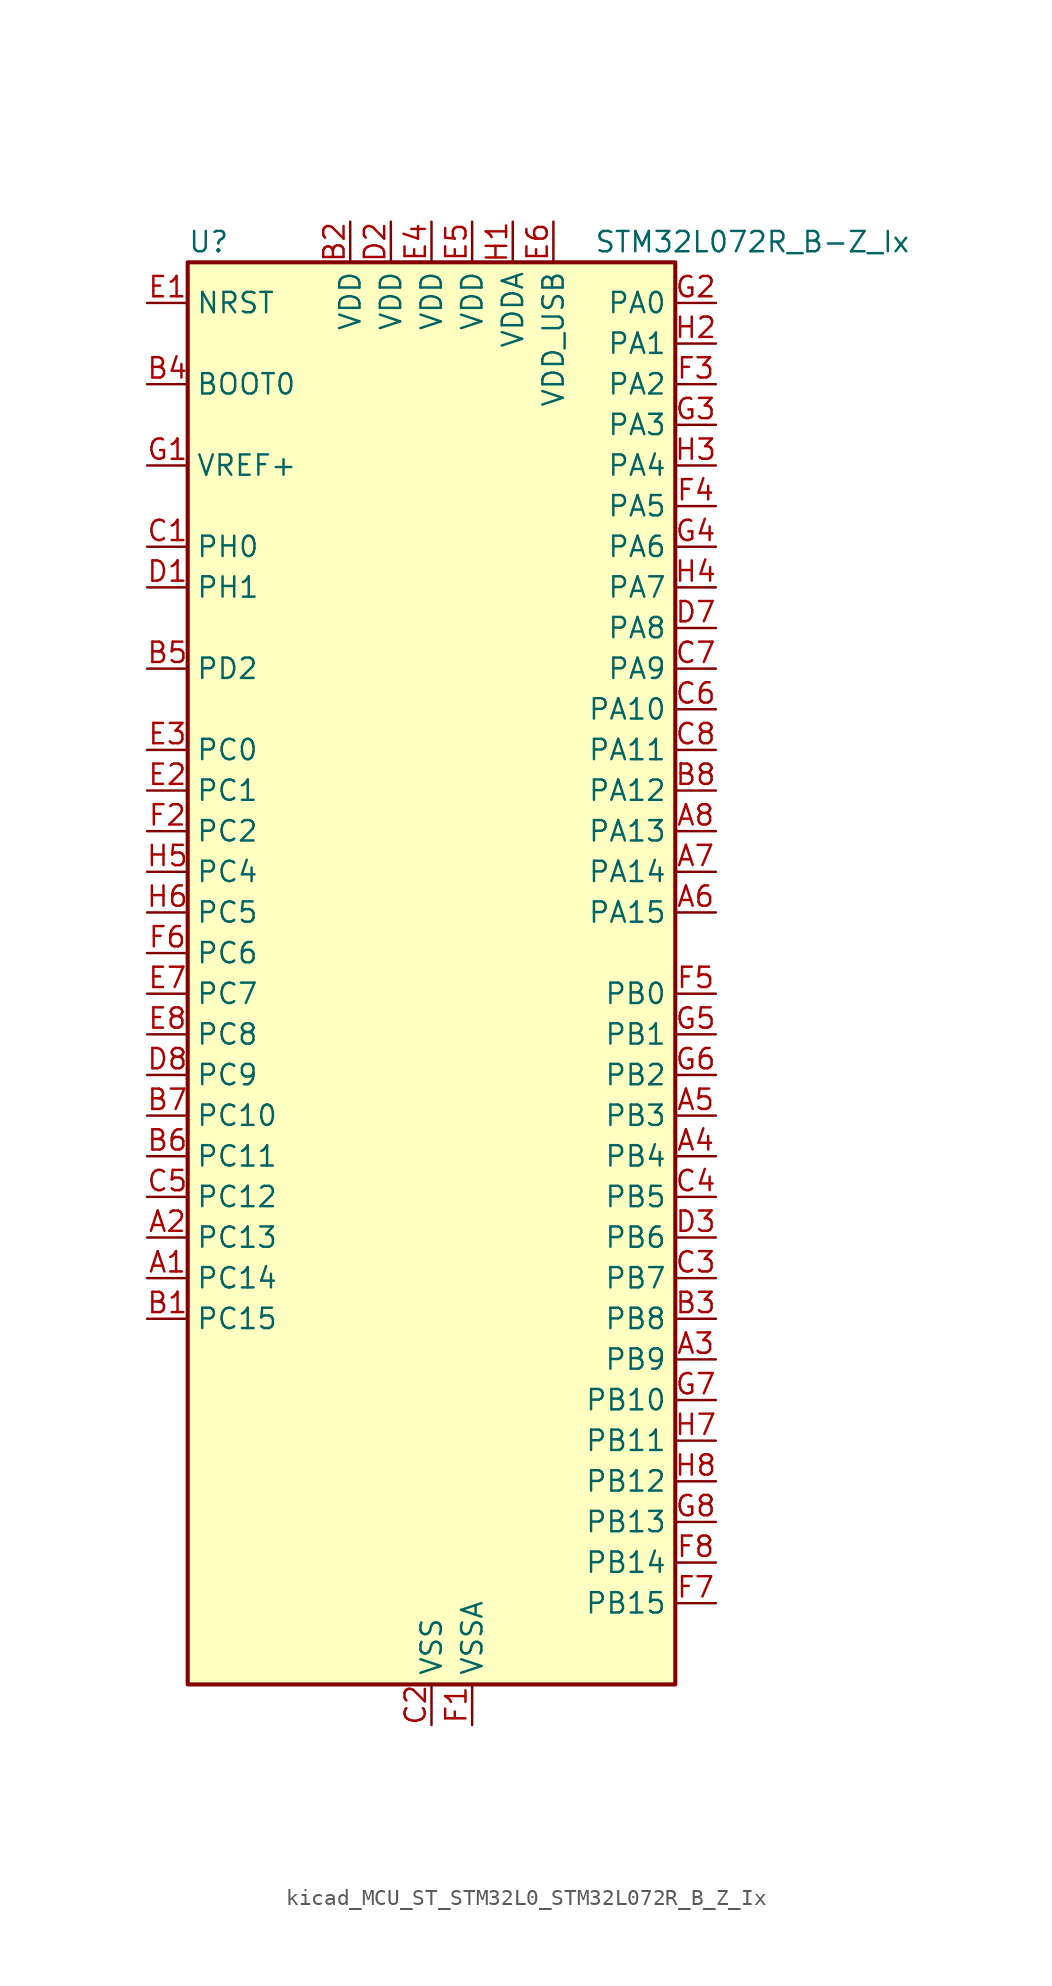
<source format=kicad_sym>
(kicad_symbol_lib
  (version 20220914)
  (generator kicad_symbol_editor)
  (symbol "kicad_MCU_ST_STM32L0_STM32L072R_B_Z_Ix"
    (property "Reference" "U"
      (at -15.24 46.99 0)
      (effects (font (size 1.27 1.27)) (justify left)))
    (property "Value" "STM32L072R_B-Z_Ix"
      (at 10.16 46.99 0)
      (effects (font (size 1.27 1.27)) (justify left)))
    (property "ki_locked" ""
      (at 0 0 0)
      (effects (font (size 1.27 1.27))))
    (symbol "kicad_MCU_ST_STM32L0_STM32L072R_B_Z_Ix_0_1"
      (rectangle (start -15.24 -43.18) (end 15.24 45.72) (stroke (width 0.254) (type default)) (fill (type background))))
    (symbol "kicad_MCU_ST_STM32L0_STM32L072R_B_Z_Ix_1_1"
      (pin bidirectional line (at -17.78 -17.78 0) (length 2.54) (name "PC14" (effects (font (size 1.27 1.27)))) (number "A1" (effects (font (size 1.27 1.27)))) (alternate "RCC_OSC32_IN" bidirectional line))
      (pin bidirectional line (at -17.78 -15.24 0) (length 2.54) (name "PC13" (effects (font (size 1.27 1.27)))) (number "A2" (effects (font (size 1.27 1.27)))) (alternate "RTC_OUT_ALARM" bidirectional line) (alternate "RTC_OUT_CALIB" bidirectional line) (alternate "RTC_TAMP1" bidirectional line) (alternate "RTC_TS" bidirectional line) (alternate "SYS_WKUP2" bidirectional line))
      (pin bidirectional line (at 17.78 -22.86 180) (length 2.54) (name "PB9" (effects (font (size 1.27 1.27)))) (number "A3" (effects (font (size 1.27 1.27)))) (alternate "DAC_EXTI9" bidirectional line) (alternate "I2C1_SDA" bidirectional line) (alternate "I2S2_WS" bidirectional line) (alternate "SPI2_NSS" bidirectional line))
      (pin bidirectional line (at 17.78 -10.16 180) (length 2.54) (name "PB4" (effects (font (size 1.27 1.27)))) (number "A4" (effects (font (size 1.27 1.27)))) (alternate "COMP2_INP" bidirectional line) (alternate "I2C3_SDA" bidirectional line) (alternate "SPI1_MISO" bidirectional line) (alternate "TIM22_CH1" bidirectional line) (alternate "TIM3_CH1" bidirectional line) (alternate "TSC_G5_IO2" bidirectional line) (alternate "USART1_CTS" bidirectional line) (alternate "USART5_RX" bidirectional line))
      (pin bidirectional line (at 17.78 -7.62 180) (length 2.54) (name "PB3" (effects (font (size 1.27 1.27)))) (number "A5" (effects (font (size 1.27 1.27)))) (alternate "COMP2_INM" bidirectional line) (alternate "SPI1_SCK" bidirectional line) (alternate "TIM2_CH2" bidirectional line) (alternate "TSC_G5_IO1" bidirectional line) (alternate "USART1_DE" bidirectional line) (alternate "USART1_RTS" bidirectional line) (alternate "USART5_TX" bidirectional line))
      (pin bidirectional line (at 17.78 5.08 180) (length 2.54) (name "PA15" (effects (font (size 1.27 1.27)))) (number "A6" (effects (font (size 1.27 1.27)))) (alternate "SPI1_NSS" bidirectional line) (alternate "TIM2_CH1" bidirectional line) (alternate "TIM2_ETR" bidirectional line) (alternate "USART2_RX" bidirectional line) (alternate "USART4_DE" bidirectional line) (alternate "USART4_RTS" bidirectional line))
      (pin bidirectional line (at 17.78 7.62 180) (length 2.54) (name "PA14" (effects (font (size 1.27 1.27)))) (number "A7" (effects (font (size 1.27 1.27)))) (alternate "LPUART1_TX" bidirectional line) (alternate "SYS_SWCLK" bidirectional line) (alternate "USART2_TX" bidirectional line))
      (pin bidirectional line (at 17.78 10.16 180) (length 2.54) (name "PA13" (effects (font (size 1.27 1.27)))) (number "A8" (effects (font (size 1.27 1.27)))) (alternate "LPUART1_RX" bidirectional line) (alternate "SYS_SWDIO" bidirectional line) (alternate "USB_NOE" bidirectional line))
      (pin bidirectional line (at -17.78 -20.32 0) (length 2.54) (name "PC15" (effects (font (size 1.27 1.27)))) (number "B1" (effects (font (size 1.27 1.27)))) (alternate "RCC_OSC32_OUT" bidirectional line))
      (pin power_in line (at -5.08 48.26 270) (length 2.54) (name "VDD" (effects (font (size 1.27 1.27)))) (number "B2" (effects (font (size 1.27 1.27)))))
      (pin bidirectional line (at 17.78 -20.32 180) (length 2.54) (name "PB8" (effects (font (size 1.27 1.27)))) (number "B3" (effects (font (size 1.27 1.27)))) (alternate "I2C1_SCL" bidirectional line) (alternate "TSC_SYNC" bidirectional line))
      (pin input line (at -17.78 38.1 0) (length 2.54) (name "BOOT0" (effects (font (size 1.27 1.27)))) (number "B4" (effects (font (size 1.27 1.27)))))
      (pin bidirectional line (at -17.78 20.32 0) (length 2.54) (name "PD2" (effects (font (size 1.27 1.27)))) (number "B5" (effects (font (size 1.27 1.27)))) (alternate "LPUART1_DE" bidirectional line) (alternate "LPUART1_RTS" bidirectional line) (alternate "TIM3_ETR" bidirectional line) (alternate "USART5_RX" bidirectional line))
      (pin bidirectional line (at -17.78 -10.16 0) (length 2.54) (name "PC11" (effects (font (size 1.27 1.27)))) (number "B6" (effects (font (size 1.27 1.27)))) (alternate "ADC_EXTI11" bidirectional line) (alternate "LPUART1_RX" bidirectional line) (alternate "USART4_RX" bidirectional line))
      (pin bidirectional line (at -17.78 -7.62 0) (length 2.54) (name "PC10" (effects (font (size 1.27 1.27)))) (number "B7" (effects (font (size 1.27 1.27)))) (alternate "LPUART1_TX" bidirectional line) (alternate "USART4_TX" bidirectional line))
      (pin bidirectional line (at 17.78 12.7 180) (length 2.54) (name "PA12" (effects (font (size 1.27 1.27)))) (number "B8" (effects (font (size 1.27 1.27)))) (alternate "COMP2_OUT" bidirectional line) (alternate "SPI1_MOSI" bidirectional line) (alternate "TSC_G4_IO4" bidirectional line) (alternate "USART1_DE" bidirectional line) (alternate "USART1_RTS" bidirectional line) (alternate "USB_DP" bidirectional line))
      (pin bidirectional line (at -17.78 27.94 0) (length 2.54) (name "PH0" (effects (font (size 1.27 1.27)))) (number "C1" (effects (font (size 1.27 1.27)))) (alternate "CRS_SYNC" bidirectional line) (alternate "RCC_OSC_IN" bidirectional line))
      (pin power_in line (at 0 -45.72 90) (length 2.54) (name "VSS" (effects (font (size 1.27 1.27)))) (number "C2" (effects (font (size 1.27 1.27)))))
      (pin bidirectional line (at 17.78 -17.78 180) (length 2.54) (name "PB7" (effects (font (size 1.27 1.27)))) (number "C3" (effects (font (size 1.27 1.27)))) (alternate "COMP2_INP" bidirectional line) (alternate "I2C1_SDA" bidirectional line) (alternate "LPTIM1_IN2" bidirectional line) (alternate "SYS_PVD_IN" bidirectional line) (alternate "TSC_G5_IO4" bidirectional line) (alternate "USART1_RX" bidirectional line) (alternate "USART4_CTS" bidirectional line))
      (pin bidirectional line (at 17.78 -12.7 180) (length 2.54) (name "PB5" (effects (font (size 1.27 1.27)))) (number "C4" (effects (font (size 1.27 1.27)))) (alternate "COMP2_INP" bidirectional line) (alternate "I2C1_SMBA" bidirectional line) (alternate "LPTIM1_IN1" bidirectional line) (alternate "SPI1_MOSI" bidirectional line) (alternate "TIM22_CH2" bidirectional line) (alternate "TIM3_CH2" bidirectional line) (alternate "USART1_CK" bidirectional line) (alternate "USART5_CK" bidirectional line) (alternate "USART5_DE" bidirectional line) (alternate "USART5_RTS" bidirectional line))
      (pin bidirectional line (at -17.78 -12.7 0) (length 2.54) (name "PC12" (effects (font (size 1.27 1.27)))) (number "C5" (effects (font (size 1.27 1.27)))) (alternate "USART4_CK" bidirectional line) (alternate "USART5_TX" bidirectional line))
      (pin bidirectional line (at 17.78 17.78 180) (length 2.54) (name "PA10" (effects (font (size 1.27 1.27)))) (number "C6" (effects (font (size 1.27 1.27)))) (alternate "I2C1_SDA" bidirectional line) (alternate "TSC_G4_IO2" bidirectional line) (alternate "USART1_RX" bidirectional line))
      (pin bidirectional line (at 17.78 20.32 180) (length 2.54) (name "PA9" (effects (font (size 1.27 1.27)))) (number "C7" (effects (font (size 1.27 1.27)))) (alternate "DAC_EXTI9" bidirectional line) (alternate "I2C1_SCL" bidirectional line) (alternate "I2C3_SMBA" bidirectional line) (alternate "RCC_MCO" bidirectional line) (alternate "TSC_G4_IO1" bidirectional line) (alternate "USART1_TX" bidirectional line))
      (pin bidirectional line (at 17.78 15.24 180) (length 2.54) (name "PA11" (effects (font (size 1.27 1.27)))) (number "C8" (effects (font (size 1.27 1.27)))) (alternate "ADC_EXTI11" bidirectional line) (alternate "COMP1_OUT" bidirectional line) (alternate "SPI1_MISO" bidirectional line) (alternate "TSC_G4_IO3" bidirectional line) (alternate "USART1_CTS" bidirectional line) (alternate "USB_DM" bidirectional line))
      (pin bidirectional line (at -17.78 25.4 0) (length 2.54) (name "PH1" (effects (font (size 1.27 1.27)))) (number "D1" (effects (font (size 1.27 1.27)))) (alternate "RCC_OSC_OUT" bidirectional line))
      (pin power_in line (at -2.54 48.26 270) (length 2.54) (name "VDD" (effects (font (size 1.27 1.27)))) (number "D2" (effects (font (size 1.27 1.27)))))
      (pin bidirectional line (at 17.78 -15.24 180) (length 2.54) (name "PB6" (effects (font (size 1.27 1.27)))) (number "D3" (effects (font (size 1.27 1.27)))) (alternate "COMP2_INP" bidirectional line) (alternate "I2C1_SCL" bidirectional line) (alternate "LPTIM1_ETR" bidirectional line) (alternate "TSC_G5_IO3" bidirectional line) (alternate "USART1_TX" bidirectional line))
      (pin passive line (at 0 -45.72 90) (length 2.54) hide (name "VSS" (effects (font (size 1.27 1.27)))) (number "D4" (effects (font (size 1.27 1.27)))))
      (pin passive line (at 0 -45.72 90) (length 2.54) hide (name "VSS" (effects (font (size 1.27 1.27)))) (number "D5" (effects (font (size 1.27 1.27)))))
      (pin passive line (at 0 -45.72 90) (length 2.54) hide (name "VSS" (effects (font (size 1.27 1.27)))) (number "D6" (effects (font (size 1.27 1.27)))))
      (pin bidirectional line (at 17.78 22.86 180) (length 2.54) (name "PA8" (effects (font (size 1.27 1.27)))) (number "D7" (effects (font (size 1.27 1.27)))) (alternate "CRS_SYNC" bidirectional line) (alternate "I2C3_SCL" bidirectional line) (alternate "RCC_MCO" bidirectional line) (alternate "USART1_CK" bidirectional line))
      (pin bidirectional line (at -17.78 -5.08 0) (length 2.54) (name "PC9" (effects (font (size 1.27 1.27)))) (number "D8" (effects (font (size 1.27 1.27)))) (alternate "DAC_EXTI9" bidirectional line) (alternate "I2C3_SDA" bidirectional line) (alternate "TIM21_ETR" bidirectional line) (alternate "TIM3_CH4" bidirectional line) (alternate "TSC_G8_IO4" bidirectional line) (alternate "USB_NOE" bidirectional line))
      (pin input line (at -17.78 43.18 0) (length 2.54) (name "NRST" (effects (font (size 1.27 1.27)))) (number "E1" (effects (font (size 1.27 1.27)))))
      (pin bidirectional line (at -17.78 12.7 0) (length 2.54) (name "PC1" (effects (font (size 1.27 1.27)))) (number "E2" (effects (font (size 1.27 1.27)))) (alternate "ADC_IN11" bidirectional line) (alternate "I2C3_SDA" bidirectional line) (alternate "LPTIM1_OUT" bidirectional line) (alternate "LPUART1_TX" bidirectional line) (alternate "TSC_G7_IO2" bidirectional line))
      (pin bidirectional line (at -17.78 15.24 0) (length 2.54) (name "PC0" (effects (font (size 1.27 1.27)))) (number "E3" (effects (font (size 1.27 1.27)))) (alternate "ADC_IN10" bidirectional line) (alternate "I2C3_SCL" bidirectional line) (alternate "LPTIM1_IN1" bidirectional line) (alternate "LPUART1_RX" bidirectional line) (alternate "TSC_G7_IO1" bidirectional line))
      (pin power_in line (at 0 48.26 270) (length 2.54) (name "VDD" (effects (font (size 1.27 1.27)))) (number "E4" (effects (font (size 1.27 1.27)))))
      (pin power_in line (at 2.54 48.26 270) (length 2.54) (name "VDD" (effects (font (size 1.27 1.27)))) (number "E5" (effects (font (size 1.27 1.27)))))
      (pin power_in line (at 7.62 48.26 270) (length 2.54) (name "VDD_USB" (effects (font (size 1.27 1.27)))) (number "E6" (effects (font (size 1.27 1.27)))))
      (pin bidirectional line (at -17.78 0 0) (length 2.54) (name "PC7" (effects (font (size 1.27 1.27)))) (number "E7" (effects (font (size 1.27 1.27)))) (alternate "TIM22_CH2" bidirectional line) (alternate "TIM3_CH2" bidirectional line) (alternate "TSC_G8_IO2" bidirectional line))
      (pin bidirectional line (at -17.78 -2.54 0) (length 2.54) (name "PC8" (effects (font (size 1.27 1.27)))) (number "E8" (effects (font (size 1.27 1.27)))) (alternate "TIM22_ETR" bidirectional line) (alternate "TIM3_CH3" bidirectional line) (alternate "TSC_G8_IO3" bidirectional line))
      (pin power_in line (at 2.54 -45.72 90) (length 2.54) (name "VSSA" (effects (font (size 1.27 1.27)))) (number "F1" (effects (font (size 1.27 1.27)))))
      (pin bidirectional line (at -17.78 10.16 0) (length 2.54) (name "PC2" (effects (font (size 1.27 1.27)))) (number "F2" (effects (font (size 1.27 1.27)))) (alternate "ADC_IN12" bidirectional line) (alternate "I2S2_MCK" bidirectional line) (alternate "LPTIM1_IN2" bidirectional line) (alternate "SPI2_MISO" bidirectional line) (alternate "TSC_G7_IO3" bidirectional line))
      (pin bidirectional line (at 17.78 38.1 180) (length 2.54) (name "PA2" (effects (font (size 1.27 1.27)))) (number "F3" (effects (font (size 1.27 1.27)))) (alternate "ADC_IN2" bidirectional line) (alternate "COMP2_INM" bidirectional line) (alternate "COMP2_OUT" bidirectional line) (alternate "LPUART1_TX" bidirectional line) (alternate "TIM21_CH1" bidirectional line) (alternate "TIM2_CH3" bidirectional line) (alternate "TSC_G1_IO3" bidirectional line) (alternate "USART2_TX" bidirectional line))
      (pin bidirectional line (at 17.78 30.48 180) (length 2.54) (name "PA5" (effects (font (size 1.27 1.27)))) (number "F4" (effects (font (size 1.27 1.27)))) (alternate "ADC_IN5" bidirectional line) (alternate "COMP1_INM" bidirectional line) (alternate "COMP2_INM" bidirectional line) (alternate "DAC_OUT2" bidirectional line) (alternate "SPI1_SCK" bidirectional line) (alternate "TIM2_CH1" bidirectional line) (alternate "TIM2_ETR" bidirectional line) (alternate "TSC_G2_IO2" bidirectional line))
      (pin bidirectional line (at 17.78 0 180) (length 2.54) (name "PB0" (effects (font (size 1.27 1.27)))) (number "F5" (effects (font (size 1.27 1.27)))) (alternate "ADC_IN8" bidirectional line) (alternate "SYS_VREF_OUT_PB0" bidirectional line) (alternate "TIM3_CH3" bidirectional line) (alternate "TSC_G3_IO2" bidirectional line))
      (pin bidirectional line (at -17.78 2.54 0) (length 2.54) (name "PC6" (effects (font (size 1.27 1.27)))) (number "F6" (effects (font (size 1.27 1.27)))) (alternate "TIM22_CH1" bidirectional line) (alternate "TIM3_CH1" bidirectional line) (alternate "TSC_G8_IO1" bidirectional line))
      (pin bidirectional line (at 17.78 -38.1 180) (length 2.54) (name "PB15" (effects (font (size 1.27 1.27)))) (number "F7" (effects (font (size 1.27 1.27)))) (alternate "I2S2_SD" bidirectional line) (alternate "RTC_REFIN" bidirectional line) (alternate "SPI2_MOSI" bidirectional line))
      (pin bidirectional line (at 17.78 -35.56 180) (length 2.54) (name "PB14" (effects (font (size 1.27 1.27)))) (number "F8" (effects (font (size 1.27 1.27)))) (alternate "I2C2_SDA" bidirectional line) (alternate "I2S2_MCK" bidirectional line) (alternate "LPUART1_DE" bidirectional line) (alternate "LPUART1_RTS" bidirectional line) (alternate "RTC_OUT_ALARM" bidirectional line) (alternate "RTC_OUT_CALIB" bidirectional line) (alternate "SPI2_MISO" bidirectional line) (alternate "TIM21_CH2" bidirectional line) (alternate "TSC_G6_IO4" bidirectional line))
      (pin input line (at -17.78 33.02 0) (length 2.54) (name "VREF+" (effects (font (size 1.27 1.27)))) (number "G1" (effects (font (size 1.27 1.27)))))
      (pin bidirectional line (at 17.78 43.18 180) (length 2.54) (name "PA0" (effects (font (size 1.27 1.27)))) (number "G2" (effects (font (size 1.27 1.27)))) (alternate "ADC_IN0" bidirectional line) (alternate "COMP1_INM" bidirectional line) (alternate "COMP1_OUT" bidirectional line) (alternate "RTC_TAMP2" bidirectional line) (alternate "SYS_WKUP1" bidirectional line) (alternate "TIM2_CH1" bidirectional line) (alternate "TIM2_ETR" bidirectional line) (alternate "TSC_G1_IO1" bidirectional line) (alternate "USART2_CTS" bidirectional line) (alternate "USART4_TX" bidirectional line))
      (pin bidirectional line (at 17.78 35.56 180) (length 2.54) (name "PA3" (effects (font (size 1.27 1.27)))) (number "G3" (effects (font (size 1.27 1.27)))) (alternate "ADC_IN3" bidirectional line) (alternate "COMP2_INP" bidirectional line) (alternate "LPUART1_RX" bidirectional line) (alternate "TIM21_CH2" bidirectional line) (alternate "TIM2_CH4" bidirectional line) (alternate "TSC_G1_IO4" bidirectional line) (alternate "USART2_RX" bidirectional line))
      (pin bidirectional line (at 17.78 27.94 180) (length 2.54) (name "PA6" (effects (font (size 1.27 1.27)))) (number "G4" (effects (font (size 1.27 1.27)))) (alternate "ADC_IN6" bidirectional line) (alternate "COMP1_OUT" bidirectional line) (alternate "LPUART1_CTS" bidirectional line) (alternate "SPI1_MISO" bidirectional line) (alternate "TIM22_CH1" bidirectional line) (alternate "TIM3_CH1" bidirectional line) (alternate "TSC_G2_IO3" bidirectional line))
      (pin bidirectional line (at 17.78 -2.54 180) (length 2.54) (name "PB1" (effects (font (size 1.27 1.27)))) (number "G5" (effects (font (size 1.27 1.27)))) (alternate "ADC_IN9" bidirectional line) (alternate "LPUART1_DE" bidirectional line) (alternate "LPUART1_RTS" bidirectional line) (alternate "SYS_VREF_OUT_PB1" bidirectional line) (alternate "TIM3_CH4" bidirectional line) (alternate "TSC_G3_IO3" bidirectional line))
      (pin bidirectional line (at 17.78 -5.08 180) (length 2.54) (name "PB2" (effects (font (size 1.27 1.27)))) (number "G6" (effects (font (size 1.27 1.27)))) (alternate "I2C3_SMBA" bidirectional line) (alternate "LPTIM1_OUT" bidirectional line) (alternate "TSC_G3_IO4" bidirectional line))
      (pin bidirectional line (at 17.78 -25.4 180) (length 2.54) (name "PB10" (effects (font (size 1.27 1.27)))) (number "G7" (effects (font (size 1.27 1.27)))) (alternate "I2C2_SCL" bidirectional line) (alternate "LPUART1_RX" bidirectional line) (alternate "LPUART1_TX" bidirectional line) (alternate "SPI2_SCK" bidirectional line) (alternate "TIM2_CH3" bidirectional line) (alternate "TSC_SYNC" bidirectional line))
      (pin bidirectional line (at 17.78 -33.02 180) (length 2.54) (name "PB13" (effects (font (size 1.27 1.27)))) (number "G8" (effects (font (size 1.27 1.27)))) (alternate "I2C2_SCL" bidirectional line) (alternate "I2S2_CK" bidirectional line) (alternate "LPUART1_CTS" bidirectional line) (alternate "RCC_MCO" bidirectional line) (alternate "SPI2_SCK" bidirectional line) (alternate "TIM21_CH1" bidirectional line) (alternate "TSC_G6_IO3" bidirectional line))
      (pin power_in line (at 5.08 48.26 270) (length 2.54) (name "VDDA" (effects (font (size 1.27 1.27)))) (number "H1" (effects (font (size 1.27 1.27)))))
      (pin bidirectional line (at 17.78 40.64 180) (length 2.54) (name "PA1" (effects (font (size 1.27 1.27)))) (number "H2" (effects (font (size 1.27 1.27)))) (alternate "ADC_IN1" bidirectional line) (alternate "COMP1_INP" bidirectional line) (alternate "TIM21_ETR" bidirectional line) (alternate "TIM2_CH2" bidirectional line) (alternate "TSC_G1_IO2" bidirectional line) (alternate "USART2_DE" bidirectional line) (alternate "USART2_RTS" bidirectional line) (alternate "USART4_RX" bidirectional line))
      (pin bidirectional line (at 17.78 33.02 180) (length 2.54) (name "PA4" (effects (font (size 1.27 1.27)))) (number "H3" (effects (font (size 1.27 1.27)))) (alternate "ADC_IN4" bidirectional line) (alternate "COMP1_INM" bidirectional line) (alternate "COMP2_INM" bidirectional line) (alternate "DAC_OUT1" bidirectional line) (alternate "SPI1_NSS" bidirectional line) (alternate "TIM22_ETR" bidirectional line) (alternate "TSC_G2_IO1" bidirectional line) (alternate "USART2_CK" bidirectional line))
      (pin bidirectional line (at 17.78 25.4 180) (length 2.54) (name "PA7" (effects (font (size 1.27 1.27)))) (number "H4" (effects (font (size 1.27 1.27)))) (alternate "ADC_IN7" bidirectional line) (alternate "COMP2_OUT" bidirectional line) (alternate "SPI1_MOSI" bidirectional line) (alternate "TIM22_CH2" bidirectional line) (alternate "TIM3_CH2" bidirectional line) (alternate "TSC_G2_IO4" bidirectional line))
      (pin bidirectional line (at -17.78 7.62 0) (length 2.54) (name "PC4" (effects (font (size 1.27 1.27)))) (number "H5" (effects (font (size 1.27 1.27)))) (alternate "ADC_IN14" bidirectional line) (alternate "LPUART1_TX" bidirectional line))
      (pin bidirectional line (at -17.78 5.08 0) (length 2.54) (name "PC5" (effects (font (size 1.27 1.27)))) (number "H6" (effects (font (size 1.27 1.27)))) (alternate "ADC_IN15" bidirectional line) (alternate "LPUART1_RX" bidirectional line) (alternate "TSC_G3_IO1" bidirectional line))
      (pin bidirectional line (at 17.78 -27.94 180) (length 2.54) (name "PB11" (effects (font (size 1.27 1.27)))) (number "H7" (effects (font (size 1.27 1.27)))) (alternate "ADC_EXTI11" bidirectional line) (alternate "I2C2_SDA" bidirectional line) (alternate "LPUART1_RX" bidirectional line) (alternate "LPUART1_TX" bidirectional line) (alternate "TIM2_CH4" bidirectional line) (alternate "TSC_G6_IO1" bidirectional line))
      (pin bidirectional line (at 17.78 -30.48 180) (length 2.54) (name "PB12" (effects (font (size 1.27 1.27)))) (number "H8" (effects (font (size 1.27 1.27)))) (alternate "I2S2_WS" bidirectional line) (alternate "LPUART1_DE" bidirectional line) (alternate "LPUART1_RTS" bidirectional line) (alternate "SPI2_NSS" bidirectional line) (alternate "TSC_G6_IO2" bidirectional line)))))
</source>
